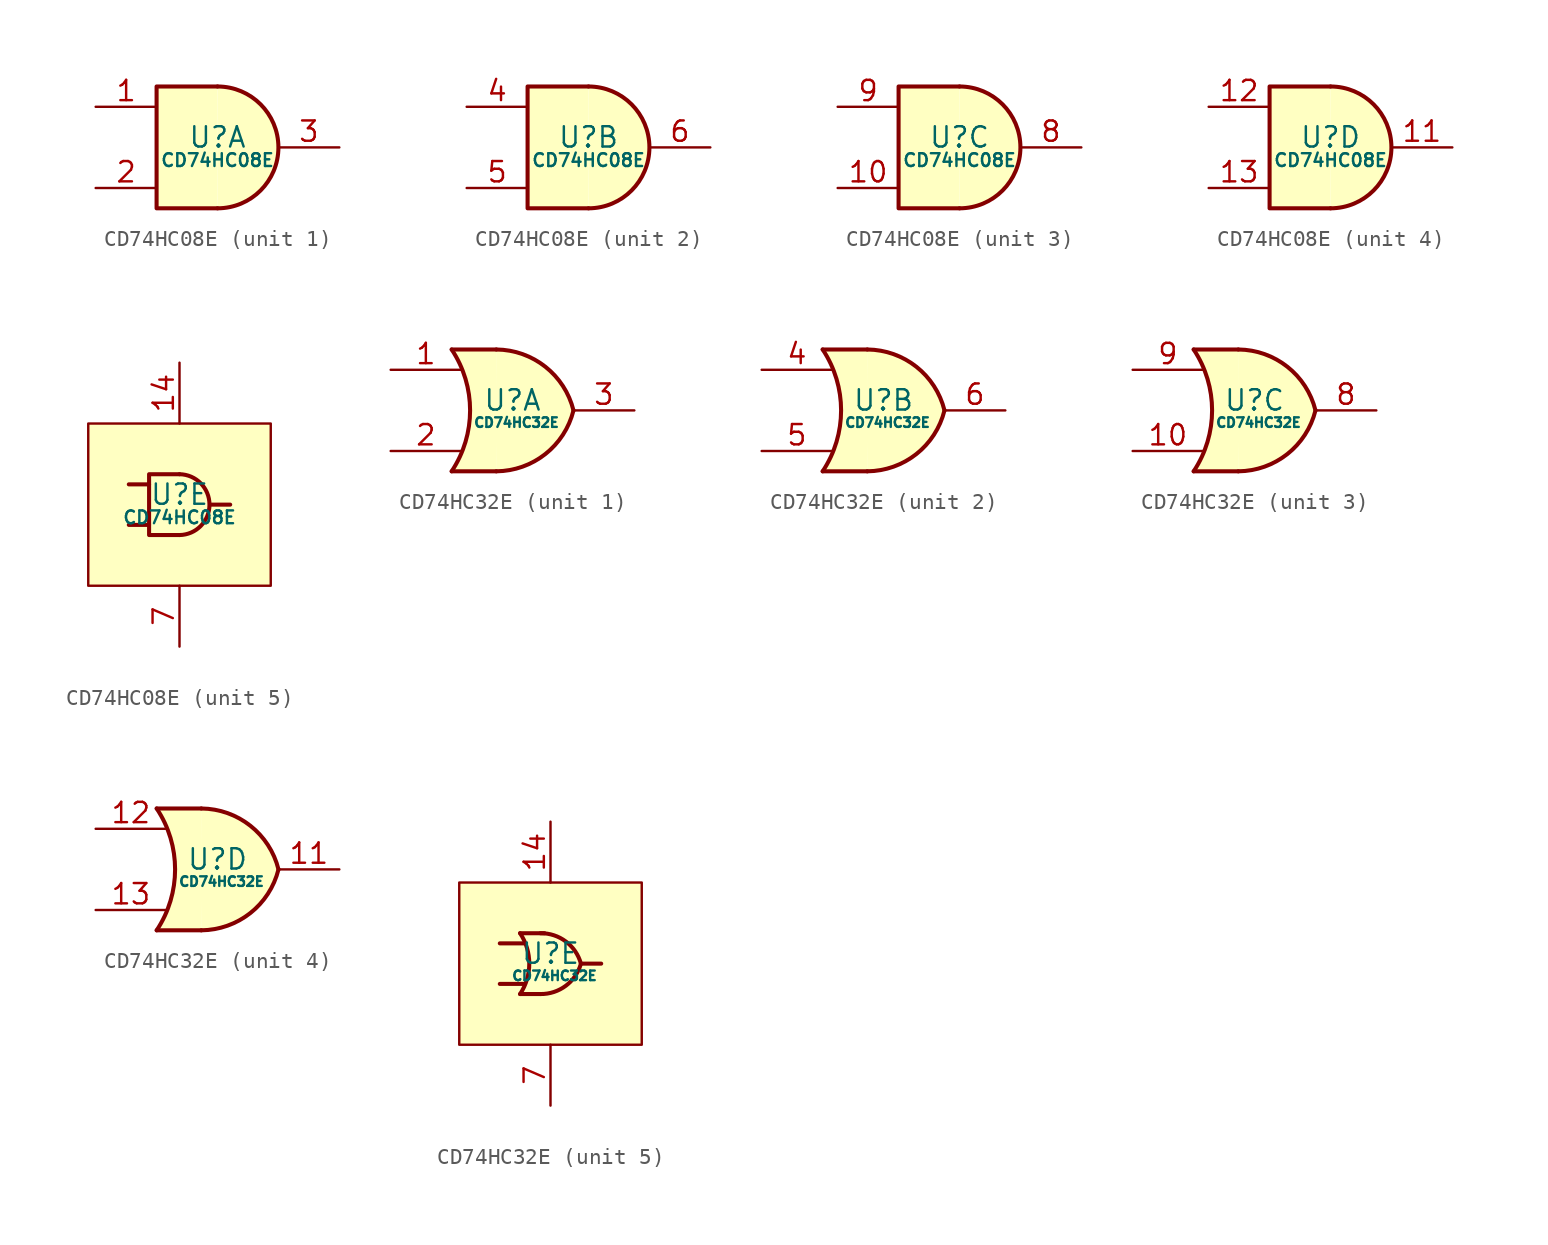
<source format=kicad_sym>
(kicad_symbol_lib
  (version 20220914)
  (generator kicad_symbol_editor)
  (symbol "CD74HC08E"
    (pin_names
      (offset 0) hide)
    (property "Reference" "U"
      (at 0 0.635 0)
      (effects (font (size 1.27 1.27))))
    (property "Value" "CD74HC08E"
      (at 0 -0.8 0)
      (effects (font (size 0.8 0.8))))
    (property "ki_locked" ""
      (at 0 0 0)
      (effects (font (size 1.27 1.27))))
    (symbol "CD74HC08E_1_1"
      (arc (start 0 -3.81) (mid 3.7934 0) (end 0 3.81) (stroke (width 0.254) (type default)) (fill (type background)))
      (polyline (pts (xy 0 3.81) (xy -3.81 3.81) (xy -3.81 -3.81) (xy 0 -3.81)) (stroke (width 0.254) (type default)) (fill (type background)))
      (pin input line (at -7.62 2.54 0) (length 3.81) (name "1A" (effects (font (size 1.27 1.27)))) (number "1" (effects (font (size 1.27 1.27)))))
      (pin input line (at -7.62 -2.54 0) (length 3.81) (name "1B" (effects (font (size 1.27 1.27)))) (number "2" (effects (font (size 1.27 1.27)))))
      (pin output line (at 7.62 0 180) (length 3.81) (name "1Y" (effects (font (size 1.27 1.27)))) (number "3" (effects (font (size 1.27 1.27))))))
    (symbol "CD74HC08E_2_0"
      (pin input line (at -7.62 2.54 0) (length 3.81) (name "2A" (effects (font (size 1.27 1.27)))) (number "4" (effects (font (size 1.27 1.27)))))
      (pin input line (at -7.62 -2.54 0) (length 3.81) (name "2B" (effects (font (size 1.27 1.27)))) (number "5" (effects (font (size 1.27 1.27)))))
      (pin output line (at 7.62 0 180) (length 3.81) (name "2Y" (effects (font (size 1.27 1.27)))) (number "6" (effects (font (size 1.27 1.27))))))
    (symbol "CD74HC08E_2_1"
      (arc (start 0 -3.81) (mid 3.7934 0) (end 0 3.81) (stroke (width 0.254) (type default)) (fill (type background)))
      (polyline (pts (xy 0 3.81) (xy -3.81 3.81) (xy -3.81 -3.81) (xy 0 -3.81)) (stroke (width 0.254) (type default)) (fill (type background))))
    (symbol "CD74HC08E_3_0"
      (pin input line (at -7.62 -2.54 0) (length 3.81) (name "3B" (effects (font (size 1.27 1.27)))) (number "10" (effects (font (size 1.27 1.27)))))
      (pin output line (at 7.62 0 180) (length 3.81) (name "3Y" (effects (font (size 1.27 1.27)))) (number "8" (effects (font (size 1.27 1.27)))))
      (pin input line (at -7.62 2.54 0) (length 3.81) (name "3A" (effects (font (size 1.27 1.27)))) (number "9" (effects (font (size 1.27 1.27))))))
    (symbol "CD74HC08E_3_1"
      (arc (start 0 -3.81) (mid 3.7934 0) (end 0 3.81) (stroke (width 0.254) (type default)) (fill (type background)))
      (polyline (pts (xy 0 3.81) (xy -3.81 3.81) (xy -3.81 -3.81) (xy 0 -3.81)) (stroke (width 0.254) (type default)) (fill (type background))))
    (symbol "CD74HC08E_4_0"
      (pin output line (at 7.62 0 180) (length 3.81) (name "4Y" (effects (font (size 1.27 1.27)))) (number "11" (effects (font (size 1.27 1.27)))))
      (pin input line (at -7.62 2.54 0) (length 3.81) (name "4A" (effects (font (size 1.27 1.27)))) (number "12" (effects (font (size 1.27 1.27)))))
      (pin input line (at -7.62 -2.54 0) (length 3.81) (name "4B" (effects (font (size 1.27 1.27)))) (number "13" (effects (font (size 1.27 1.27))))))
    (symbol "CD74HC08E_4_1"
      (arc (start 0 -3.81) (mid 3.7934 0) (end 0 3.81) (stroke (width 0.254) (type default)) (fill (type background)))
      (polyline (pts (xy 0 3.81) (xy -3.81 3.81) (xy -3.81 -3.81) (xy 0 -3.81)) (stroke (width 0.254) (type default)) (fill (type background))))
    (symbol "CD74HC08E_5_0"
      (pin power_in line (at 0 8.89 270) (length 3.81) (name "Vcc" (effects (font (size 1.27 1.27)))) (number "14" (effects (font (size 1.27 1.27)))))
      (pin power_in line (at 0 -8.89 90) (length 3.81) (name "GND" (effects (font (size 1.27 1.27)))) (number "7" (effects (font (size 1.27 1.27))))))
    (symbol "CD74HC08E_5_1"
      (rectangle (start -5.715 5.08) (end 5.715 -5.08) (stroke (width 0) (type default)) (fill (type background)))
      (arc (start 0 -1.905) (mid 1.8776 0) (end 0 1.905) (stroke (width 0.254) (type default)) (fill (type background)))
      (polyline (pts (xy -1.905 -1.27) (xy -3.175 -1.27)) (stroke (width 0.254) (type default)) (fill (type none)))
      (polyline (pts (xy -1.905 1.27) (xy -3.175 1.27)) (stroke (width 0.254) (type default)) (fill (type none)))
      (polyline (pts (xy 3.175 0) (xy 1.905 0)) (stroke (width 0.254) (type default)) (fill (type none)))
      (polyline (pts (xy 0 1.905) (xy -1.905 1.905) (xy -1.905 -1.905) (xy 0 -1.905)) (stroke (width 0.254) (type default)) (fill (type background)))))
  (symbol "CD74HC32E"
    (pin_names
      (offset 0) hide)
    (property "Reference" "U"
      (at 0 0.635 0)
      (effects (font (size 1.27 1.27))))
    (property "Value" "CD74HC32E"
      (at 0.254 -0.762 0)
      (effects (font (size 0.6 0.6))))
    (property "ki_locked" ""
      (at 0 0 0)
      (effects (font (size 1.27 1.27))))
    (symbol "CD74HC32E_1_1"
      (arc (start -3.8048 -3.81) (mid -2.6521 0) (end -3.8048 3.81) (stroke (width 0.254) (type default)) (fill (type none)))
      (arc (start -1.0169 -3.81) (mid 2.0513 -2.7321) (end 3.8152 0) (stroke (width 0.254) (type default)) (fill (type background)))
      (polyline (pts (xy -3.805 -3.81) (xy -1.011 -3.81)) (stroke (width 0.254) (type default)) (fill (type none)))
      (polyline (pts (xy -1.011 3.81) (xy -3.805 3.81)) (stroke (width 0.254) (type default)) (fill (type none)))
      (polyline (pts (xy -1.011 -3.81) (xy -3.805 -3.81) (xy -3.314 -2.976) (xy -2.947 -2.12) (xy -2.73 -1.101) (xy -2.635 -0.013) (xy -2.757 1.196) (xy -2.934 2.025) (xy -3.301 2.935) (xy -3.805 3.81) (xy -0.99 3.805)) (stroke (width -0.0001) (type default)) (fill (type background)))
      (arc (start 3.8152 0) (mid 2.0544 2.7311) (end -1.0108 3.81) (stroke (width 0.254) (type default)) (fill (type background)))
      (pin input line (at -7.62 2.54 0) (length 4.4) (name "1A" (effects (font (size 1.27 1.27)))) (number "1" (effects (font (size 1.27 1.27)))))
      (pin input line (at -7.62 -2.54 0) (length 4.4) (name "1B" (effects (font (size 1.27 1.27)))) (number "2" (effects (font (size 1.27 1.27)))))
      (pin output line (at 7.62 0 180) (length 3.81) (name "1Y" (effects (font (size 1.27 1.27)))) (number "3" (effects (font (size 1.27 1.27))))))
    (symbol "CD74HC32E_2_0"
      (pin input line (at -7.62 2.54 0) (length 4.4) (name "2A" (effects (font (size 1.27 1.27)))) (number "4" (effects (font (size 1.27 1.27)))))
      (pin input line (at -7.62 -2.54 0) (length 4.4) (name "2B" (effects (font (size 1.27 1.27)))) (number "5" (effects (font (size 1.27 1.27)))))
      (pin output line (at 7.62 0 180) (length 3.81) (name "2Y" (effects (font (size 1.27 1.27)))) (number "6" (effects (font (size 1.27 1.27))))))
    (symbol "CD74HC32E_2_1"
      (arc (start -3.8048 -3.81) (mid -2.6521 0) (end -3.8048 3.81) (stroke (width 0.254) (type default)) (fill (type none)))
      (arc (start -1.0169 -3.81) (mid 2.0513 -2.7321) (end 3.8152 0) (stroke (width 0.254) (type default)) (fill (type background)))
      (polyline (pts (xy -3.805 -3.81) (xy -1.011 -3.81)) (stroke (width 0.254) (type default)) (fill (type none)))
      (polyline (pts (xy -1.011 3.81) (xy -3.805 3.81)) (stroke (width 0.254) (type default)) (fill (type none)))
      (polyline (pts (xy -1.011 -3.81) (xy -3.805 -3.81) (xy -3.314 -2.976) (xy -2.947 -2.12) (xy -2.73 -1.101) (xy -2.635 -0.013) (xy -2.757 1.196) (xy -2.934 2.025) (xy -3.301 2.935) (xy -3.805 3.81) (xy -0.99 3.805)) (stroke (width -0.0001) (type default)) (fill (type background)))
      (arc (start 3.8152 0) (mid 2.0544 2.7311) (end -1.0108 3.81) (stroke (width 0.254) (type default)) (fill (type background))))
    (symbol "CD74HC32E_3_0"
      (pin input line (at -7.62 -2.54 0) (length 4.4) (name "3B" (effects (font (size 1.27 1.27)))) (number "10" (effects (font (size 1.27 1.27)))))
      (pin output line (at 7.62 0 180) (length 3.81) (name "3Y" (effects (font (size 1.27 1.27)))) (number "8" (effects (font (size 1.27 1.27)))))
      (pin input line (at -7.62 2.54 0) (length 4.4) (name "3A" (effects (font (size 1.27 1.27)))) (number "9" (effects (font (size 1.27 1.27))))))
    (symbol "CD74HC32E_3_1"
      (arc (start -3.8048 -3.81) (mid -2.6521 0) (end -3.8048 3.81) (stroke (width 0.254) (type default)) (fill (type none)))
      (arc (start -1.0169 -3.81) (mid 2.0513 -2.7321) (end 3.8152 0) (stroke (width 0.254) (type default)) (fill (type background)))
      (polyline (pts (xy -3.805 -3.81) (xy -1.011 -3.81)) (stroke (width 0.254) (type default)) (fill (type none)))
      (polyline (pts (xy -1.011 3.81) (xy -3.805 3.81)) (stroke (width 0.254) (type default)) (fill (type none)))
      (polyline (pts (xy -1.011 -3.81) (xy -3.805 -3.81) (xy -3.314 -2.976) (xy -2.947 -2.12) (xy -2.73 -1.101) (xy -2.635 -0.013) (xy -2.757 1.196) (xy -2.934 2.025) (xy -3.301 2.935) (xy -3.805 3.81) (xy -0.99 3.805)) (stroke (width -0.0001) (type default)) (fill (type background)))
      (arc (start 3.8152 0) (mid 2.0544 2.7311) (end -1.0108 3.81) (stroke (width 0.254) (type default)) (fill (type background))))
    (symbol "CD74HC32E_4_0"
      (pin output line (at 7.62 0 180) (length 3.81) (name "4Y" (effects (font (size 1.27 1.27)))) (number "11" (effects (font (size 1.27 1.27)))))
      (pin input line (at -7.62 2.54 0) (length 4.4) (name "4A" (effects (font (size 1.27 1.27)))) (number "12" (effects (font (size 1.27 1.27)))))
      (pin input line (at -7.62 -2.54 0) (length 4.4) (name "4B" (effects (font (size 1.27 1.27)))) (number "13" (effects (font (size 1.27 1.27))))))
    (symbol "CD74HC32E_4_1"
      (arc (start -3.8048 -3.81) (mid -2.6521 0) (end -3.8048 3.81) (stroke (width 0.254) (type default)) (fill (type none)))
      (arc (start -1.0169 -3.81) (mid 2.0513 -2.7321) (end 3.8152 0) (stroke (width 0.254) (type default)) (fill (type background)))
      (polyline (pts (xy -3.805 -3.81) (xy -1.011 -3.81)) (stroke (width 0.254) (type default)) (fill (type none)))
      (polyline (pts (xy -1.011 3.81) (xy -3.805 3.81)) (stroke (width 0.254) (type default)) (fill (type none)))
      (polyline (pts (xy -1.011 -3.81) (xy -3.805 -3.81) (xy -3.314 -2.976) (xy -2.947 -2.12) (xy -2.73 -1.101) (xy -2.635 -0.013) (xy -2.757 1.196) (xy -2.934 2.025) (xy -3.301 2.935) (xy -3.805 3.81) (xy -0.99 3.805)) (stroke (width -0.0001) (type default)) (fill (type background)))
      (arc (start 3.8152 0) (mid 2.0544 2.7311) (end -1.0108 3.81) (stroke (width 0.254) (type default)) (fill (type background))))
    (symbol "CD74HC32E_5_0"
      (pin power_in line (at 0 8.89 270) (length 3.81) (name "VCC" (effects (font (size 1.27 1.27)))) (number "14" (effects (font (size 1.27 1.27)))))
      (pin power_in line (at 0 -8.89 90) (length 3.81) (name "GND" (effects (font (size 1.27 1.27)))) (number "7" (effects (font (size 1.27 1.27))))))
    (symbol "CD74HC32E_5_1"
      (rectangle (start -5.715 5.08) (end 5.715 -5.08) (stroke (width 0) (type default)) (fill (type background)))
      (arc (start -1.905 -1.905) (mid -1.3295 0) (end -1.905 1.905) (stroke (width 0.254) (type default)) (fill (type none)))
      (arc (start -0.635 -1.905) (mid 0.96 -1.3859) (end 1.905 0) (stroke (width 0.254) (type default)) (fill (type background)))
      (polyline (pts (xy -1.905 -1.905) (xy -0.635 -1.905)) (stroke (width 0.254) (type default)) (fill (type none)))
      (polyline (pts (xy -1.651 -1.27) (xy -3.175 -1.27)) (stroke (width 0.254) (type default)) (fill (type none)))
      (polyline (pts (xy -1.651 1.27) (xy -3.175 1.27)) (stroke (width 0.254) (type default)) (fill (type none)))
      (polyline (pts (xy -0.376 1.905) (xy -1.905 1.905)) (stroke (width 0.254) (type default)) (fill (type none)))
      (polyline (pts (xy 3.175 0) (xy 1.905 0)) (stroke (width 0.254) (type default)) (fill (type none)))
      (arc (start 1.905 0) (mid 0.9602 1.3861) (end -0.635 1.905) (stroke (width 0.254) (type default)) (fill (type background))))))
</source>
